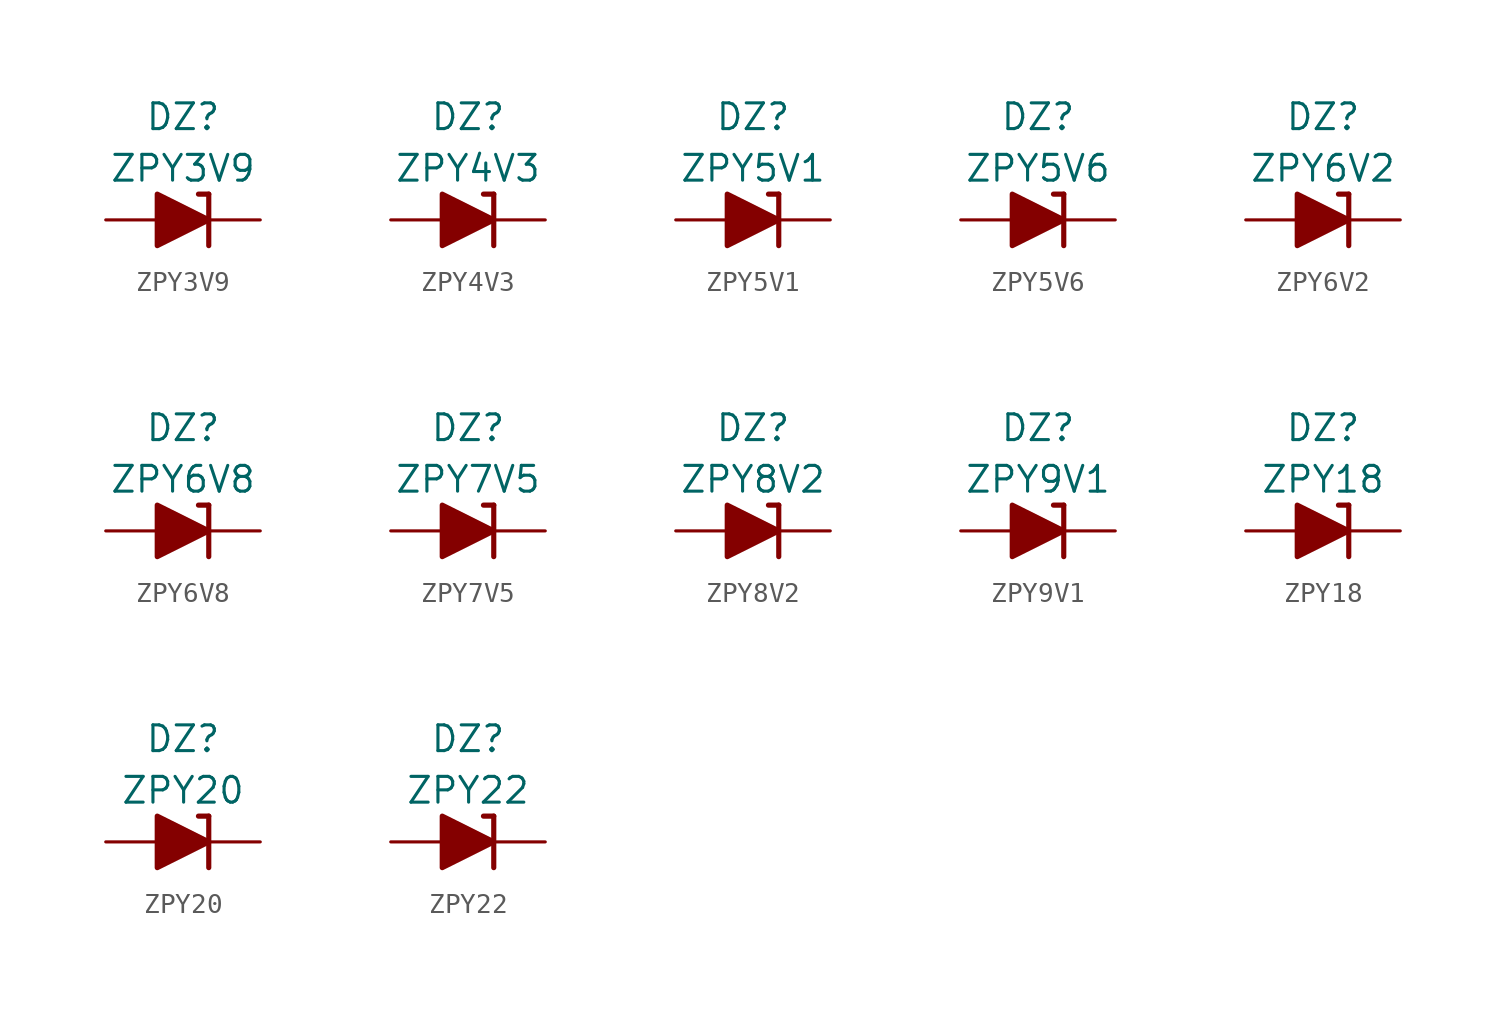
<source format=kicad_sym>
(kicad_symbol_lib
  (version 20211014)
  (generator kicad_symbol_editor)
  (symbol "ZPY3V9"
    (pin_numbers hide)
    (pin_names
      (offset 1.016) hide)
    (property "Reference" "DZ"
      (at 0 5.08 0)
      (effects (font (size 1.27 1.27))))
    (property "Value" "ZPY3V9"
      (at 0 2.54 0)
      (effects (font (size 1.27 1.27))))
    (symbol "ZPY3V9_0_1"
      (polyline (pts (xy -1.27 0) (xy 1.27 0)) (stroke (width 0) (type default) (color 0 0 0 0)) (fill (type none)))
      (polyline (pts (xy 1.27 1.27) (xy 0.762 1.27)) (stroke (width 0.254) (type default) (color 0 0 0 0)) (fill (type none)))
      (polyline (pts (xy 1.27 1.27) (xy 1.27 -1.27)) (stroke (width 0.254) (type default) (color 0 0 0 0)) (fill (type none)))
      (polyline (pts (xy -1.27 -1.27) (xy -1.27 1.27) (xy 1.27 0) (xy -1.27 -1.27)) (stroke (width 0.254) (type default) (color 0 0 0 0)) (fill (type outline))))
    (symbol "ZPY3V9_1_1"
      (pin passive line (at 3.81 0 180) (length 2.54) (name "K" (effects (font (size 1.27 1.27)))) (number "1" (effects (font (size 1.27 1.27)))))
      (pin passive line (at -3.81 0 0) (length 2.54) (name "A" (effects (font (size 1.27 1.27)))) (number "2" (effects (font (size 1.27 1.27)))))))
  (symbol "ZPY4V3"
    (pin_numbers hide)
    (pin_names
      (offset 1.016) hide)
    (property "Reference" "DZ"
      (at 0 5.08 0)
      (effects (font (size 1.27 1.27))))
    (property "Value" "ZPY4V3"
      (at 0 2.54 0)
      (effects (font (size 1.27 1.27))))
    (symbol "ZPY4V3_0_1"
      (polyline (pts (xy -1.27 0) (xy 1.27 0)) (stroke (width 0) (type default) (color 0 0 0 0)) (fill (type none)))
      (polyline (pts (xy 1.27 1.27) (xy 0.762 1.27)) (stroke (width 0.254) (type default) (color 0 0 0 0)) (fill (type none)))
      (polyline (pts (xy 1.27 1.27) (xy 1.27 -1.27)) (stroke (width 0.254) (type default) (color 0 0 0 0)) (fill (type none)))
      (polyline (pts (xy -1.27 -1.27) (xy -1.27 1.27) (xy 1.27 0) (xy -1.27 -1.27)) (stroke (width 0.254) (type default) (color 0 0 0 0)) (fill (type outline))))
    (symbol "ZPY4V3_1_1"
      (pin passive line (at 3.81 0 180) (length 2.54) (name "K" (effects (font (size 1.27 1.27)))) (number "1" (effects (font (size 1.27 1.27)))))
      (pin passive line (at -3.81 0 0) (length 2.54) (name "A" (effects (font (size 1.27 1.27)))) (number "2" (effects (font (size 1.27 1.27)))))))
  (symbol "ZPY5V1"
    (pin_numbers hide)
    (pin_names
      (offset 1.016) hide)
    (property "Reference" "DZ"
      (at 0 5.08 0)
      (effects (font (size 1.27 1.27))))
    (property "Value" "ZPY5V1"
      (at 0 2.54 0)
      (effects (font (size 1.27 1.27))))
    (symbol "ZPY5V1_0_1"
      (polyline (pts (xy -1.27 0) (xy 1.27 0)) (stroke (width 0) (type default) (color 0 0 0 0)) (fill (type none)))
      (polyline (pts (xy 1.27 1.27) (xy 0.762 1.27)) (stroke (width 0.254) (type default) (color 0 0 0 0)) (fill (type none)))
      (polyline (pts (xy 1.27 1.27) (xy 1.27 -1.27)) (stroke (width 0.254) (type default) (color 0 0 0 0)) (fill (type none)))
      (polyline (pts (xy -1.27 -1.27) (xy -1.27 1.27) (xy 1.27 0) (xy -1.27 -1.27)) (stroke (width 0.254) (type default) (color 0 0 0 0)) (fill (type outline))))
    (symbol "ZPY5V1_1_1"
      (pin passive line (at 3.81 0 180) (length 2.54) (name "K" (effects (font (size 1.27 1.27)))) (number "1" (effects (font (size 1.27 1.27)))))
      (pin passive line (at -3.81 0 0) (length 2.54) (name "A" (effects (font (size 1.27 1.27)))) (number "2" (effects (font (size 1.27 1.27)))))))
  (symbol "ZPY5V6"
    (pin_numbers hide)
    (pin_names
      (offset 1.016) hide)
    (property "Reference" "DZ"
      (at 0 5.08 0)
      (effects (font (size 1.27 1.27))))
    (property "Value" "ZPY5V6"
      (at 0 2.54 0)
      (effects (font (size 1.27 1.27))))
    (symbol "ZPY5V6_0_1"
      (polyline (pts (xy -1.27 0) (xy 1.27 0)) (stroke (width 0) (type default) (color 0 0 0 0)) (fill (type none)))
      (polyline (pts (xy 1.27 1.27) (xy 0.762 1.27)) (stroke (width 0.254) (type default) (color 0 0 0 0)) (fill (type none)))
      (polyline (pts (xy 1.27 1.27) (xy 1.27 -1.27)) (stroke (width 0.254) (type default) (color 0 0 0 0)) (fill (type none)))
      (polyline (pts (xy -1.27 -1.27) (xy -1.27 1.27) (xy 1.27 0) (xy -1.27 -1.27)) (stroke (width 0.254) (type default) (color 0 0 0 0)) (fill (type outline))))
    (symbol "ZPY5V6_1_1"
      (pin passive line (at 3.81 0 180) (length 2.54) (name "K" (effects (font (size 1.27 1.27)))) (number "1" (effects (font (size 1.27 1.27)))))
      (pin passive line (at -3.81 0 0) (length 2.54) (name "A" (effects (font (size 1.27 1.27)))) (number "2" (effects (font (size 1.27 1.27)))))))
  (symbol "ZPY6V2"
    (pin_numbers hide)
    (pin_names
      (offset 1.016) hide)
    (property "Reference" "DZ"
      (at 0 5.08 0)
      (effects (font (size 1.27 1.27))))
    (property "Value" "ZPY6V2"
      (at 0 2.54 0)
      (effects (font (size 1.27 1.27))))
    (symbol "ZPY6V2_0_1"
      (polyline (pts (xy -1.27 0) (xy 1.27 0)) (stroke (width 0) (type default) (color 0 0 0 0)) (fill (type none)))
      (polyline (pts (xy 1.27 1.27) (xy 0.762 1.27)) (stroke (width 0.254) (type default) (color 0 0 0 0)) (fill (type none)))
      (polyline (pts (xy 1.27 1.27) (xy 1.27 -1.27)) (stroke (width 0.254) (type default) (color 0 0 0 0)) (fill (type none)))
      (polyline (pts (xy -1.27 -1.27) (xy -1.27 1.27) (xy 1.27 0) (xy -1.27 -1.27)) (stroke (width 0.254) (type default) (color 0 0 0 0)) (fill (type outline))))
    (symbol "ZPY6V2_1_1"
      (pin passive line (at 3.81 0 180) (length 2.54) (name "K" (effects (font (size 1.27 1.27)))) (number "1" (effects (font (size 1.27 1.27)))))
      (pin passive line (at -3.81 0 0) (length 2.54) (name "A" (effects (font (size 1.27 1.27)))) (number "2" (effects (font (size 1.27 1.27)))))))
  (symbol "ZPY6V8"
    (pin_numbers hide)
    (pin_names
      (offset 1.016) hide)
    (property "Reference" "DZ"
      (at 0 5.08 0)
      (effects (font (size 1.27 1.27))))
    (property "Value" "ZPY6V8"
      (at 0 2.54 0)
      (effects (font (size 1.27 1.27))))
    (symbol "ZPY6V8_0_1"
      (polyline (pts (xy -1.27 0) (xy 1.27 0)) (stroke (width 0) (type default) (color 0 0 0 0)) (fill (type none)))
      (polyline (pts (xy 1.27 1.27) (xy 0.762 1.27)) (stroke (width 0.254) (type default) (color 0 0 0 0)) (fill (type none)))
      (polyline (pts (xy 1.27 1.27) (xy 1.27 -1.27)) (stroke (width 0.254) (type default) (color 0 0 0 0)) (fill (type none)))
      (polyline (pts (xy -1.27 -1.27) (xy -1.27 1.27) (xy 1.27 0) (xy -1.27 -1.27)) (stroke (width 0.254) (type default) (color 0 0 0 0)) (fill (type outline))))
    (symbol "ZPY6V8_1_1"
      (pin passive line (at 3.81 0 180) (length 2.54) (name "K" (effects (font (size 1.27 1.27)))) (number "1" (effects (font (size 1.27 1.27)))))
      (pin passive line (at -3.81 0 0) (length 2.54) (name "A" (effects (font (size 1.27 1.27)))) (number "2" (effects (font (size 1.27 1.27)))))))
  (symbol "ZPY7V5"
    (pin_numbers hide)
    (pin_names
      (offset 1.016) hide)
    (property "Reference" "DZ"
      (at 0 5.08 0)
      (effects (font (size 1.27 1.27))))
    (property "Value" "ZPY7V5"
      (at 0 2.54 0)
      (effects (font (size 1.27 1.27))))
    (symbol "ZPY7V5_0_1"
      (polyline (pts (xy -1.27 0) (xy 1.27 0)) (stroke (width 0) (type default) (color 0 0 0 0)) (fill (type none)))
      (polyline (pts (xy 1.27 1.27) (xy 0.762 1.27)) (stroke (width 0.254) (type default) (color 0 0 0 0)) (fill (type none)))
      (polyline (pts (xy 1.27 1.27) (xy 1.27 -1.27)) (stroke (width 0.254) (type default) (color 0 0 0 0)) (fill (type none)))
      (polyline (pts (xy -1.27 -1.27) (xy -1.27 1.27) (xy 1.27 0) (xy -1.27 -1.27)) (stroke (width 0.254) (type default) (color 0 0 0 0)) (fill (type outline))))
    (symbol "ZPY7V5_1_1"
      (pin passive line (at 3.81 0 180) (length 2.54) (name "K" (effects (font (size 1.27 1.27)))) (number "1" (effects (font (size 1.27 1.27)))))
      (pin passive line (at -3.81 0 0) (length 2.54) (name "A" (effects (font (size 1.27 1.27)))) (number "2" (effects (font (size 1.27 1.27)))))))
  (symbol "ZPY8V2"
    (pin_numbers hide)
    (pin_names
      (offset 1.016) hide)
    (property "Reference" "DZ"
      (at 0 5.08 0)
      (effects (font (size 1.27 1.27))))
    (property "Value" "ZPY8V2"
      (at 0 2.54 0)
      (effects (font (size 1.27 1.27))))
    (symbol "ZPY8V2_0_1"
      (polyline (pts (xy -1.27 0) (xy 1.27 0)) (stroke (width 0) (type default) (color 0 0 0 0)) (fill (type none)))
      (polyline (pts (xy 1.27 1.27) (xy 0.762 1.27)) (stroke (width 0.254) (type default) (color 0 0 0 0)) (fill (type none)))
      (polyline (pts (xy 1.27 1.27) (xy 1.27 -1.27)) (stroke (width 0.254) (type default) (color 0 0 0 0)) (fill (type none)))
      (polyline (pts (xy -1.27 -1.27) (xy -1.27 1.27) (xy 1.27 0) (xy -1.27 -1.27)) (stroke (width 0.254) (type default) (color 0 0 0 0)) (fill (type outline))))
    (symbol "ZPY8V2_1_1"
      (pin passive line (at 3.81 0 180) (length 2.54) (name "K" (effects (font (size 1.27 1.27)))) (number "1" (effects (font (size 1.27 1.27)))))
      (pin passive line (at -3.81 0 0) (length 2.54) (name "A" (effects (font (size 1.27 1.27)))) (number "2" (effects (font (size 1.27 1.27)))))))
  (symbol "ZPY9V1"
    (pin_numbers hide)
    (pin_names
      (offset 1.016) hide)
    (property "Reference" "DZ"
      (at 0 5.08 0)
      (effects (font (size 1.27 1.27))))
    (property "Value" "ZPY9V1"
      (at 0 2.54 0)
      (effects (font (size 1.27 1.27))))
    (symbol "ZPY9V1_0_1"
      (polyline (pts (xy -1.27 0) (xy 1.27 0)) (stroke (width 0) (type default) (color 0 0 0 0)) (fill (type none)))
      (polyline (pts (xy 1.27 1.27) (xy 0.762 1.27)) (stroke (width 0.254) (type default) (color 0 0 0 0)) (fill (type none)))
      (polyline (pts (xy 1.27 1.27) (xy 1.27 -1.27)) (stroke (width 0.254) (type default) (color 0 0 0 0)) (fill (type none)))
      (polyline (pts (xy -1.27 -1.27) (xy -1.27 1.27) (xy 1.27 0) (xy -1.27 -1.27)) (stroke (width 0.254) (type default) (color 0 0 0 0)) (fill (type outline))))
    (symbol "ZPY9V1_1_1"
      (pin passive line (at 3.81 0 180) (length 2.54) (name "K" (effects (font (size 1.27 1.27)))) (number "1" (effects (font (size 1.27 1.27)))))
      (pin passive line (at -3.81 0 0) (length 2.54) (name "A" (effects (font (size 1.27 1.27)))) (number "2" (effects (font (size 1.27 1.27)))))))
  (symbol "ZPY18"
    (pin_numbers hide)
    (pin_names
      (offset 1.016) hide)
    (property "Reference" "DZ"
      (at 0 5.08 0)
      (effects (font (size 1.27 1.27))))
    (property "Value" "ZPY18"
      (at 0 2.54 0)
      (effects (font (size 1.27 1.27))))
    (symbol "ZPY18_0_1"
      (polyline (pts (xy -1.27 0) (xy 1.27 0)) (stroke (width 0) (type default) (color 0 0 0 0)) (fill (type none)))
      (polyline (pts (xy 1.27 1.27) (xy 0.762 1.27)) (stroke (width 0.254) (type default) (color 0 0 0 0)) (fill (type none)))
      (polyline (pts (xy 1.27 1.27) (xy 1.27 -1.27)) (stroke (width 0.254) (type default) (color 0 0 0 0)) (fill (type none)))
      (polyline (pts (xy -1.27 -1.27) (xy -1.27 1.27) (xy 1.27 0) (xy -1.27 -1.27)) (stroke (width 0.254) (type default) (color 0 0 0 0)) (fill (type outline))))
    (symbol "ZPY18_1_1"
      (pin passive line (at 3.81 0 180) (length 2.54) (name "K" (effects (font (size 1.27 1.27)))) (number "1" (effects (font (size 1.27 1.27)))))
      (pin passive line (at -3.81 0 0) (length 2.54) (name "A" (effects (font (size 1.27 1.27)))) (number "2" (effects (font (size 1.27 1.27)))))))
  (symbol "ZPY20"
    (pin_numbers hide)
    (pin_names
      (offset 1.016) hide)
    (property "Reference" "DZ"
      (at 0 5.08 0)
      (effects (font (size 1.27 1.27))))
    (property "Value" "ZPY20"
      (at 0 2.54 0)
      (effects (font (size 1.27 1.27))))
    (symbol "ZPY20_0_1"
      (polyline (pts (xy -1.27 0) (xy 1.27 0)) (stroke (width 0) (type default) (color 0 0 0 0)) (fill (type none)))
      (polyline (pts (xy 1.27 1.27) (xy 0.762 1.27)) (stroke (width 0.254) (type default) (color 0 0 0 0)) (fill (type none)))
      (polyline (pts (xy 1.27 1.27) (xy 1.27 -1.27)) (stroke (width 0.254) (type default) (color 0 0 0 0)) (fill (type none)))
      (polyline (pts (xy -1.27 -1.27) (xy -1.27 1.27) (xy 1.27 0) (xy -1.27 -1.27)) (stroke (width 0.254) (type default) (color 0 0 0 0)) (fill (type outline))))
    (symbol "ZPY20_1_1"
      (pin passive line (at 3.81 0 180) (length 2.54) (name "K" (effects (font (size 1.27 1.27)))) (number "1" (effects (font (size 1.27 1.27)))))
      (pin passive line (at -3.81 0 0) (length 2.54) (name "A" (effects (font (size 1.27 1.27)))) (number "2" (effects (font (size 1.27 1.27)))))))
  (symbol "ZPY22"
    (pin_numbers hide)
    (pin_names
      (offset 1.016) hide)
    (property "Reference" "DZ"
      (at 0 5.08 0)
      (effects (font (size 1.27 1.27))))
    (property "Value" "ZPY22"
      (at 0 2.54 0)
      (effects (font (size 1.27 1.27))))
    (symbol "ZPY22_0_1"
      (polyline (pts (xy -1.27 0) (xy 1.27 0)) (stroke (width 0) (type default) (color 0 0 0 0)) (fill (type none)))
      (polyline (pts (xy 1.27 1.27) (xy 0.762 1.27)) (stroke (width 0.254) (type default) (color 0 0 0 0)) (fill (type none)))
      (polyline (pts (xy 1.27 1.27) (xy 1.27 -1.27)) (stroke (width 0.254) (type default) (color 0 0 0 0)) (fill (type none)))
      (polyline (pts (xy -1.27 -1.27) (xy -1.27 1.27) (xy 1.27 0) (xy -1.27 -1.27)) (stroke (width 0.254) (type default) (color 0 0 0 0)) (fill (type outline))))
    (symbol "ZPY22_1_1"
      (pin passive line (at 3.81 0 180) (length 2.54) (name "K" (effects (font (size 1.27 1.27)))) (number "1" (effects (font (size 1.27 1.27)))))
      (pin passive line (at -3.81 0 0) (length 2.54) (name "A" (effects (font (size 1.27 1.27)))) (number "2" (effects (font (size 1.27 1.27))))))))
</source>
